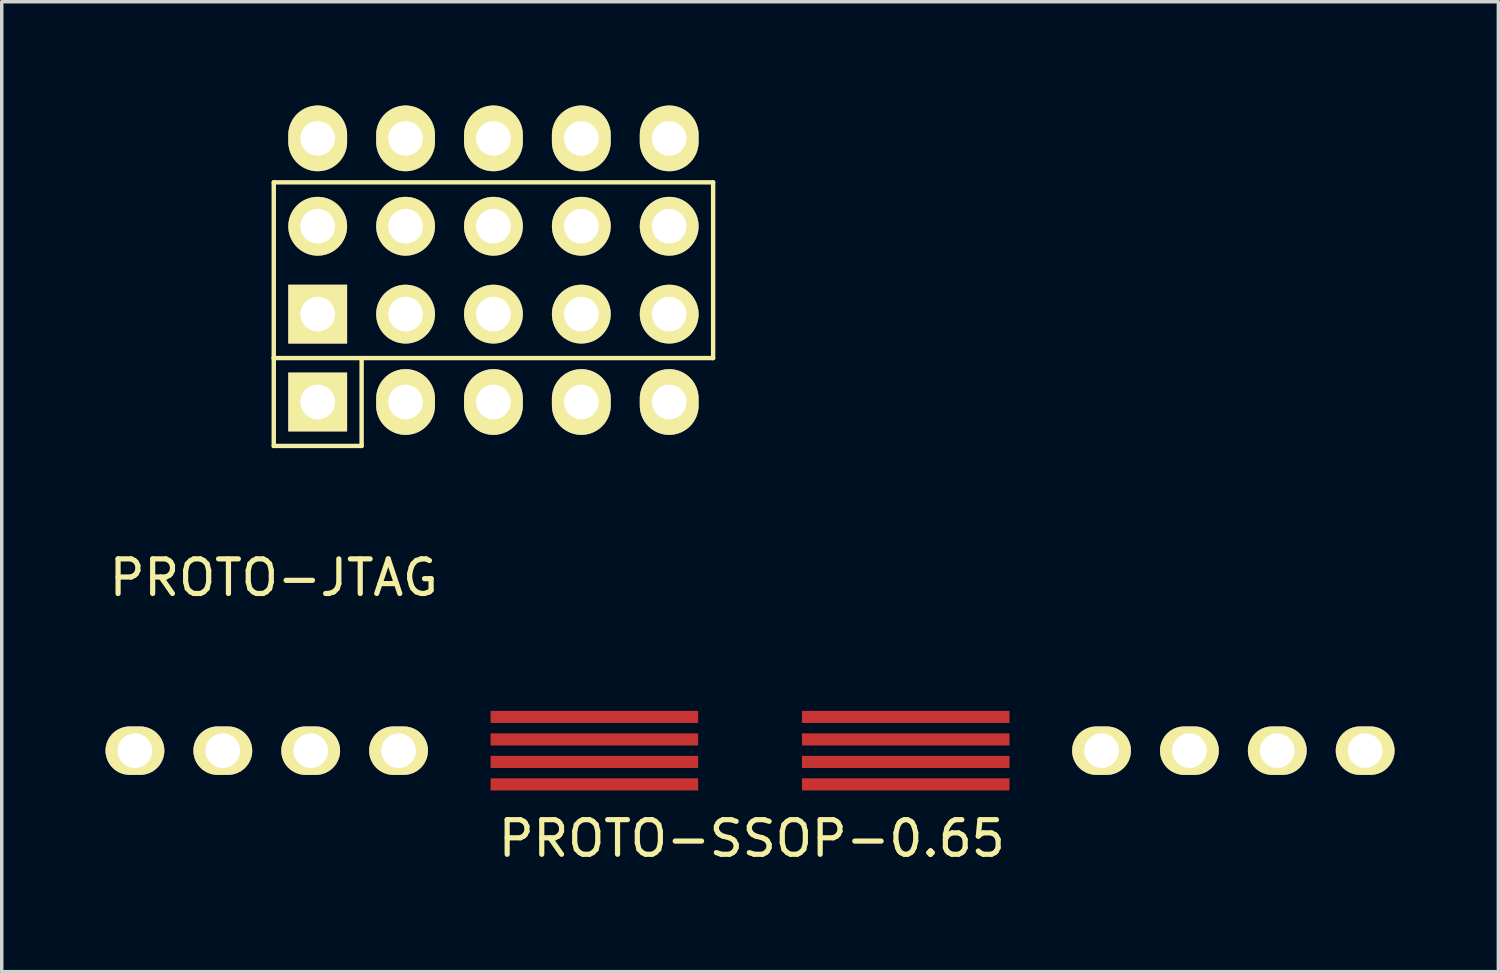
<source format=kicad_pcb>
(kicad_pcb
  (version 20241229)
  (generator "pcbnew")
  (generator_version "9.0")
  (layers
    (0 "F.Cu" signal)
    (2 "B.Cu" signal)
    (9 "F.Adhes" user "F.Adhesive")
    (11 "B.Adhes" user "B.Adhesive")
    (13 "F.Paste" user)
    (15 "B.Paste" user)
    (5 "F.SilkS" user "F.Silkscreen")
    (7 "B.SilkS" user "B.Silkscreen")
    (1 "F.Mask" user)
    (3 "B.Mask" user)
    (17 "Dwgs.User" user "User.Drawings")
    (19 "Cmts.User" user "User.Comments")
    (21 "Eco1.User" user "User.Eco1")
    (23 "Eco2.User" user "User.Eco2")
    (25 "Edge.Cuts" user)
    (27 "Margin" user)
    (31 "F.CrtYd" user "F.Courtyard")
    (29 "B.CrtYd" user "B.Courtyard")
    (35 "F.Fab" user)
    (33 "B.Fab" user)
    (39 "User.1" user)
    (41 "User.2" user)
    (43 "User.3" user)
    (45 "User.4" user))
  (footprint "PROTO-JTAG"
    (layer "F.Cu")
    (at 6.133 6.03)
    (property "Reference" "PROTO-JTAG" (at -1.27 7.62 0) (layer "F.SilkS") (effects (font (size 1 1) (thickness 0.15))))
    (attr smd)
    (fp_line (start -1.27 -3.81) (end 11.43 -3.81) (stroke (width 0.127) (type solid)) (layer "F.SilkS"))
    (fp_line (start -1.27 1.27) (end -1.27 -3.81) (stroke (width 0.127) (type solid)) (layer "F.SilkS"))
    (fp_line (start -1.27 1.27) (end -1.27 3.81) (stroke (width 0.127) (type solid)) (layer "F.SilkS"))
    (fp_line (start -1.27 3.81) (end 1.27 3.81) (stroke (width 0.127) (type solid)) (layer "F.SilkS"))
    (fp_line (start 1.27 3.81) (end 1.27 1.27) (stroke (width 0.127) (type solid)) (layer "F.SilkS"))
    (fp_line (start 11.43 -3.81) (end 11.43 1.27) (stroke (width 0.127) (type solid)) (layer "F.SilkS"))
    (fp_line (start 11.43 1.27) (end -1.27 1.27) (stroke (width 0.127) (type solid)) (layer "F.SilkS"))
    (pad "1" thru_hole rect (at 0 0) (size 1.7 1.7) (drill 1) (layers "*.Cu" "*.Mask" "F.SilkS"))
    (pad "1" thru_hole rect (at 0 2.54) (size 1.7 1.7) (drill 1) (layers "*.Cu" "*.Mask" "F.SilkS"))
    (pad "2" thru_hole oval (at 0 -5.08) (size 1.7 1.9) (drill 1) (layers "*.Cu" "*.Mask" "F.SilkS"))
    (pad "2" thru_hole circle (at 0 -2.54) (size 1.7 1.7) (drill 1) (layers "*.Cu" "*.Mask" "F.SilkS"))
    (pad "3" thru_hole circle (at 2.54 0) (size 1.7 1.7) (drill 1) (layers "*.Cu" "*.Mask" "F.SilkS"))
    (pad "3" thru_hole oval (at 2.54 2.54) (size 1.7 1.9) (drill 1) (layers "*.Cu" "*.Mask" "F.SilkS"))
    (pad "4" thru_hole oval (at 2.54 -5.08) (size 1.7 1.9) (drill 1) (layers "*.Cu" "*.Mask" "F.SilkS"))
    (pad "4" thru_hole circle (at 2.54 -2.54) (size 1.7 1.7) (drill 1) (layers "*.Cu" "*.Mask" "F.SilkS"))
    (pad "5" thru_hole circle (at 5.08 0) (size 1.7 1.7) (drill 1) (layers "*.Cu" "*.Mask" "F.SilkS"))
    (pad "5" thru_hole oval (at 5.08 2.54) (size 1.7 1.9) (drill 1) (layers "*.Cu" "*.Mask" "F.SilkS"))
    (pad "6" thru_hole oval (at 5.08 -5.08) (size 1.7 1.9) (drill 1) (layers "*.Cu" "*.Mask" "F.SilkS"))
    (pad "6" thru_hole circle (at 5.08 -2.54) (size 1.7 1.7) (drill 1) (layers "*.Cu" "*.Mask" "F.SilkS"))
    (pad "7" thru_hole circle (at 7.62 0) (size 1.7 1.7) (drill 1) (layers "*.Cu" "*.Mask" "F.SilkS"))
    (pad "7" thru_hole oval (at 7.62 2.54) (size 1.7 1.9) (drill 1) (layers "*.Cu" "*.Mask" "F.SilkS"))
    (pad "8" thru_hole oval (at 7.62 -5.08) (size 1.7 1.9) (drill 1) (layers "*.Cu" "*.Mask" "F.SilkS"))
    (pad "8" thru_hole circle (at 7.62 -2.54) (size 1.7 1.7) (drill 1) (layers "*.Cu" "*.Mask" "F.SilkS"))
    (pad "9" thru_hole circle (at 10.16 0) (size 1.7 1.7) (drill 1) (layers "*.Cu" "*.Mask" "F.SilkS"))
    (pad "9" thru_hole oval (at 10.16 2.54) (size 1.7 1.9) (drill 1) (layers "*.Cu" "*.Mask" "F.SilkS"))
    (pad "10" thru_hole oval (at 10.16 -5.08) (size 1.7 1.9) (drill 1) (layers "*.Cu" "*.Mask" "F.SilkS"))
    (pad "10" thru_hole circle (at 10.16 -2.54) (size 1.7 1.7) (drill 1) (layers "*.Cu" "*.Mask" "F.SilkS")))
  (footprint "PROTO-SSOP-0.65"
    (layer "F.Cu")
    (at 18.63 18.648)
    (property "Reference" "PROTO-SSOP-0.65" (at 0.051 2.54 0) (layer "F.SilkS") (effects (font (size 1 1) (thickness 0.15))))
    (attr smd)
    (pad "1" thru_hole oval (at -17.78 0 90) (size 1.4 1.7) (drill 1) (layers "*.Cu" "*.Mask" "F.SilkS"))
    (pad "1" smd rect (at -4.5 -0.975 90) (size 0.35 6) (layers "F.Cu" "F.Mask" "F.Paste"))
    (pad "2" thru_hole oval (at -15.24 0 90) (size 1.4 1.7) (drill 1) (layers "*.Cu" "*.Mask" "F.SilkS"))
    (pad "2" smd rect (at -4.5 -0.325 90) (size 0.35 6) (layers "F.Cu" "F.Mask" "F.Paste"))
    (pad "3" thru_hole oval (at -12.7 0 90) (size 1.4 1.7) (drill 1) (layers "*.Cu" "*.Mask" "F.SilkS"))
    (pad "3" smd rect (at -4.5 0.325 90) (size 0.35 6) (layers "F.Cu" "F.Mask" "F.Paste"))
    (pad "4" thru_hole oval (at -10.16 0 90) (size 1.4 1.7) (drill 1) (layers "*.Cu" "*.Mask" "F.SilkS"))
    (pad "4" smd rect (at -4.5 0.975 90) (size 0.35 6) (layers "F.Cu" "F.Mask" "F.Paste"))
    (pad "5" smd rect (at 4.5 0.975 90) (size 0.35 6) (layers "F.Cu" "F.Mask" "F.Paste"))
    (pad "5" thru_hole oval (at 10.16 0 90) (size 1.4 1.7) (drill 1) (layers "*.Cu" "*.Mask" "F.SilkS"))
    (pad "6" smd rect (at 4.5 0.325 90) (size 0.35 6) (layers "F.Cu" "F.Mask" "F.Paste"))
    (pad "6" thru_hole oval (at 12.7 0 90) (size 1.4 1.7) (drill 1) (layers "*.Cu" "*.Mask" "F.SilkS"))
    (pad "7" smd rect (at 4.5 -0.325 90) (size 0.35 6) (layers "F.Cu" "F.Mask" "F.Paste"))
    (pad "7" thru_hole oval (at 15.24 0 90) (size 1.4 1.7) (drill 1) (layers "*.Cu" "*.Mask" "F.SilkS"))
    (pad "8" smd rect (at 4.5 -0.975 90) (size 0.35 6) (layers "F.Cu" "F.Mask" "F.Paste"))
    (pad "8" thru_hole oval (at 17.78 0 90) (size 1.4 1.7) (drill 1) (layers "*.Cu" "*.Mask" "F.SilkS")))
  (gr_rect
    (start -3 -3)
    (end 40.26 25.037)
    (stroke (width 0.1) (type default))
    (fill no)
    (layer "Edge.Cuts")))
</source>
